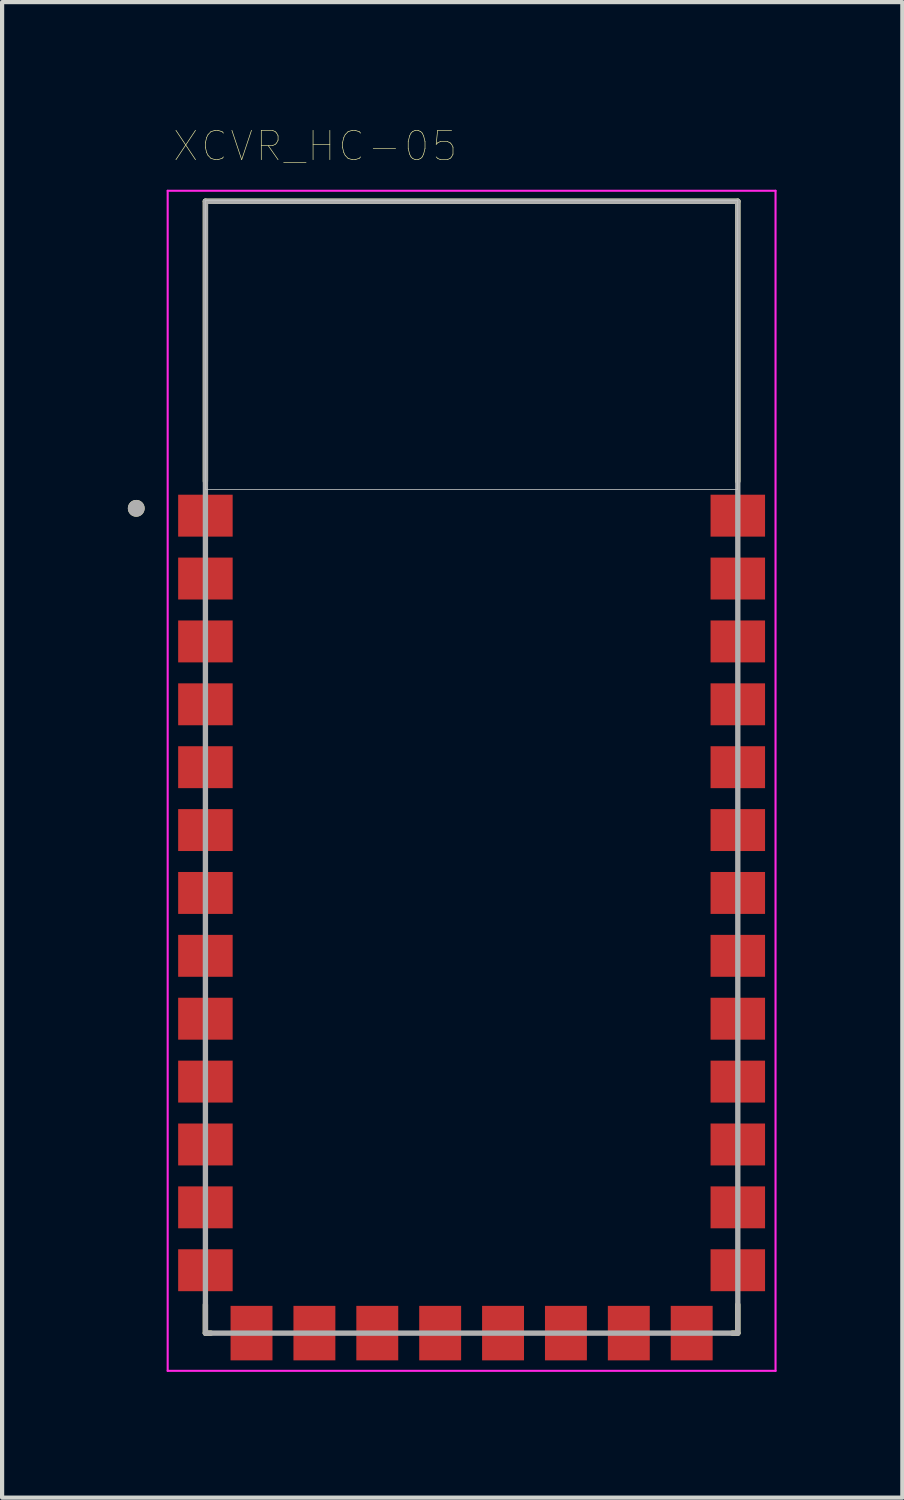
<source format=kicad_pcb>
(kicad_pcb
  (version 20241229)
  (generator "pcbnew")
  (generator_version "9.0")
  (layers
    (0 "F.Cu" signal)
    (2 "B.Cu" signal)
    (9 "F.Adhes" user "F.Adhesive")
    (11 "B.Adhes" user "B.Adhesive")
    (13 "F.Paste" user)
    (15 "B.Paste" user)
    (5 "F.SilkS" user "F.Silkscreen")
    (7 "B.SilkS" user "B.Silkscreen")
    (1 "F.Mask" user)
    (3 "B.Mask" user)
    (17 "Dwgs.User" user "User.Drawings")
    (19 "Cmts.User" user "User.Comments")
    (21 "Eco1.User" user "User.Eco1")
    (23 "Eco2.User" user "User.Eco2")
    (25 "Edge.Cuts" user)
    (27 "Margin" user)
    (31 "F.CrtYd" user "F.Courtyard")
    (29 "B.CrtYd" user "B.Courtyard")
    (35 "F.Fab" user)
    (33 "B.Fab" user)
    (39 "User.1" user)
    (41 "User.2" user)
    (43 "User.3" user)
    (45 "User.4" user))
  (footprint "XCVR_HC-05"
    (layer "F.Cu")
    (at 8.2 15.576)
    (property "Reference" "XCVR_HC-05" (at -3.732 -15.14 0) (layer "F.SilkS") (effects (font (size 0.701 0.701) (thickness 0.015))))
    (attr through_hole)
    (fp_line (start -6.35 -13.825) (end 6.35 -13.825) (stroke (width 0.127) (type solid)) (layer "F.SilkS"))
    (fp_line (start -6.35 -7.145) (end -6.35 -13.825) (stroke (width 0.127) (type solid)) (layer "F.SilkS"))
    (fp_line (start -6.35 12.495) (end -6.35 13.175) (stroke (width 0.127) (type solid)) (layer "F.SilkS"))
    (fp_line (start -6.35 13.175) (end -6.22 13.175) (stroke (width 0.127) (type solid)) (layer "F.SilkS"))
    (fp_line (start 6.22 13.175) (end 6.35 13.175) (stroke (width 0.127) (type solid)) (layer "F.SilkS"))
    (fp_line (start 6.35 -13.825) (end 6.35 -7.145) (stroke (width 0.127) (type solid)) (layer "F.SilkS"))
    (fp_line (start 6.35 13.175) (end 6.35 12.495) (stroke (width 0.127) (type solid)) (layer "F.SilkS"))
    (fp_circle (center -8 -6.5) (end -7.9 -6.5) (stroke (width 0.2) (type solid)) (fill no) (layer "F.SilkS"))
    (fp_poly (pts (xy -6.35 -13.85) (xy 6.35 -13.85) (xy 6.35 -6.95) (xy -6.35 -6.95)) (stroke (width 0.01) (type solid)) (fill no) (layer "Dwgs.User"))
    (fp_poly (pts (xy -6.35 -13.85) (xy 6.35 -13.85) (xy 6.35 -6.95) (xy -6.35 -6.95)) (stroke (width 0.01) (type solid)) (fill no) (layer "Dwgs.User"))
    (fp_poly (pts (xy -6.35 -13.85) (xy 6.35 -13.85) (xy 6.35 -6.95) (xy -6.35 -6.95)) (stroke (width 0.01) (type solid)) (fill no) (layer "Dwgs.User"))
    (fp_line (start -7.25 -14.075) (end 7.25 -14.075) (stroke (width 0.05) (type solid)) (layer "F.CrtYd"))
    (fp_line (start -7.25 14.075) (end -7.25 -14.075) (stroke (width 0.05) (type solid)) (layer "F.CrtYd"))
    (fp_line (start 7.25 -14.075) (end 7.25 14.075) (stroke (width 0.05) (type solid)) (layer "F.CrtYd"))
    (fp_line (start 7.25 14.075) (end -7.25 14.075) (stroke (width 0.05) (type solid)) (layer "F.CrtYd"))
    (fp_line (start -6.35 -13.825) (end 6.35 -13.825) (stroke (width 0.127) (type solid)) (layer "F.Fab"))
    (fp_line (start -6.35 13.175) (end -6.35 -13.825) (stroke (width 0.127) (type solid)) (layer "F.Fab"))
    (fp_line (start 6.35 -13.825) (end 6.35 13.175) (stroke (width 0.127) (type solid)) (layer "F.Fab"))
    (fp_line (start 6.35 13.175) (end -6.35 13.175) (stroke (width 0.127) (type solid)) (layer "F.Fab"))
    (fp_circle (center -8 -6.5) (end -7.9 -6.5) (stroke (width 0.2) (type solid)) (fill no) (layer "F.Fab"))
    (pad "1" smd rect (at -6.35 -6.325) (size 1.3 1) (layers "F.Cu" "F.Mask" "F.Paste"))
    (pad "2" smd rect (at -6.35 -4.825) (size 1.3 1) (layers "F.Cu" "F.Mask" "F.Paste"))
    (pad "3" smd rect (at -6.35 -3.325) (size 1.3 1) (layers "F.Cu" "F.Mask" "F.Paste"))
    (pad "4" smd rect (at -6.35 -1.825) (size 1.3 1) (layers "F.Cu" "F.Mask" "F.Paste"))
    (pad "5" smd rect (at -6.35 -0.325) (size 1.3 1) (layers "F.Cu" "F.Mask" "F.Paste"))
    (pad "6" smd rect (at -6.35 1.175) (size 1.3 1) (layers "F.Cu" "F.Mask" "F.Paste"))
    (pad "7" smd rect (at -6.35 2.675) (size 1.3 1) (layers "F.Cu" "F.Mask" "F.Paste"))
    (pad "8" smd rect (at -6.35 4.175) (size 1.3 1) (layers "F.Cu" "F.Mask" "F.Paste"))
    (pad "9" smd rect (at -6.35 5.675) (size 1.3 1) (layers "F.Cu" "F.Mask" "F.Paste"))
    (pad "10" smd rect (at -6.35 7.175) (size 1.3 1) (layers "F.Cu" "F.Mask" "F.Paste"))
    (pad "11" smd rect (at -6.35 8.675) (size 1.3 1) (layers "F.Cu" "F.Mask" "F.Paste"))
    (pad "12" smd rect (at -6.35 10.175) (size 1.3 1) (layers "F.Cu" "F.Mask" "F.Paste"))
    (pad "13" smd rect (at -6.35 11.675) (size 1.3 1) (layers "F.Cu" "F.Mask" "F.Paste"))
    (pad "14" smd rect (at -5.25 13.175) (size 1 1.3) (layers "F.Cu" "F.Mask" "F.Paste"))
    (pad "15" smd rect (at -3.75 13.175) (size 1 1.3) (layers "F.Cu" "F.Mask" "F.Paste"))
    (pad "16" smd rect (at -2.25 13.175) (size 1 1.3) (layers "F.Cu" "F.Mask" "F.Paste"))
    (pad "17" smd rect (at -0.75 13.175) (size 1 1.3) (layers "F.Cu" "F.Mask" "F.Paste"))
    (pad "18" smd rect (at 0.75 13.175) (size 1 1.3) (layers "F.Cu" "F.Mask" "F.Paste"))
    (pad "19" smd rect (at 2.25 13.175) (size 1 1.3) (layers "F.Cu" "F.Mask" "F.Paste"))
    (pad "20" smd rect (at 3.75 13.175) (size 1 1.3) (layers "F.Cu" "F.Mask" "F.Paste"))
    (pad "21" smd rect (at 5.25 13.175) (size 1 1.3) (layers "F.Cu" "F.Mask" "F.Paste"))
    (pad "22" smd rect (at 6.35 11.675) (size 1.3 1) (layers "F.Cu" "F.Mask" "F.Paste"))
    (pad "23" smd rect (at 6.35 10.175) (size 1.3 1) (layers "F.Cu" "F.Mask" "F.Paste"))
    (pad "24" smd rect (at 6.35 8.675) (size 1.3 1) (layers "F.Cu" "F.Mask" "F.Paste"))
    (pad "25" smd rect (at 6.35 7.175) (size 1.3 1) (layers "F.Cu" "F.Mask" "F.Paste"))
    (pad "26" smd rect (at 6.35 5.675) (size 1.3 1) (layers "F.Cu" "F.Mask" "F.Paste"))
    (pad "27" smd rect (at 6.35 4.175) (size 1.3 1) (layers "F.Cu" "F.Mask" "F.Paste"))
    (pad "28" smd rect (at 6.35 2.675) (size 1.3 1) (layers "F.Cu" "F.Mask" "F.Paste"))
    (pad "29" smd rect (at 6.35 1.175) (size 1.3 1) (layers "F.Cu" "F.Mask" "F.Paste"))
    (pad "30" smd rect (at 6.35 -0.325) (size 1.3 1) (layers "F.Cu" "F.Mask" "F.Paste"))
    (pad "31" smd rect (at 6.35 -1.825) (size 1.3 1) (layers "F.Cu" "F.Mask" "F.Paste"))
    (pad "32" smd rect (at 6.35 -3.325) (size 1.3 1) (layers "F.Cu" "F.Mask" "F.Paste"))
    (pad "33" smd rect (at 6.35 -4.825) (size 1.3 1) (layers "F.Cu" "F.Mask" "F.Paste"))
    (pad "34" smd rect (at 6.35 -6.325) (size 1.3 1) (layers "F.Cu" "F.Mask" "F.Paste")))
  (gr_rect
    (start -3 -3)
    (end 18.475 32.676)
    (stroke (width 0.1) (type default))
    (fill no)
    (layer "Edge.Cuts")))
</source>
